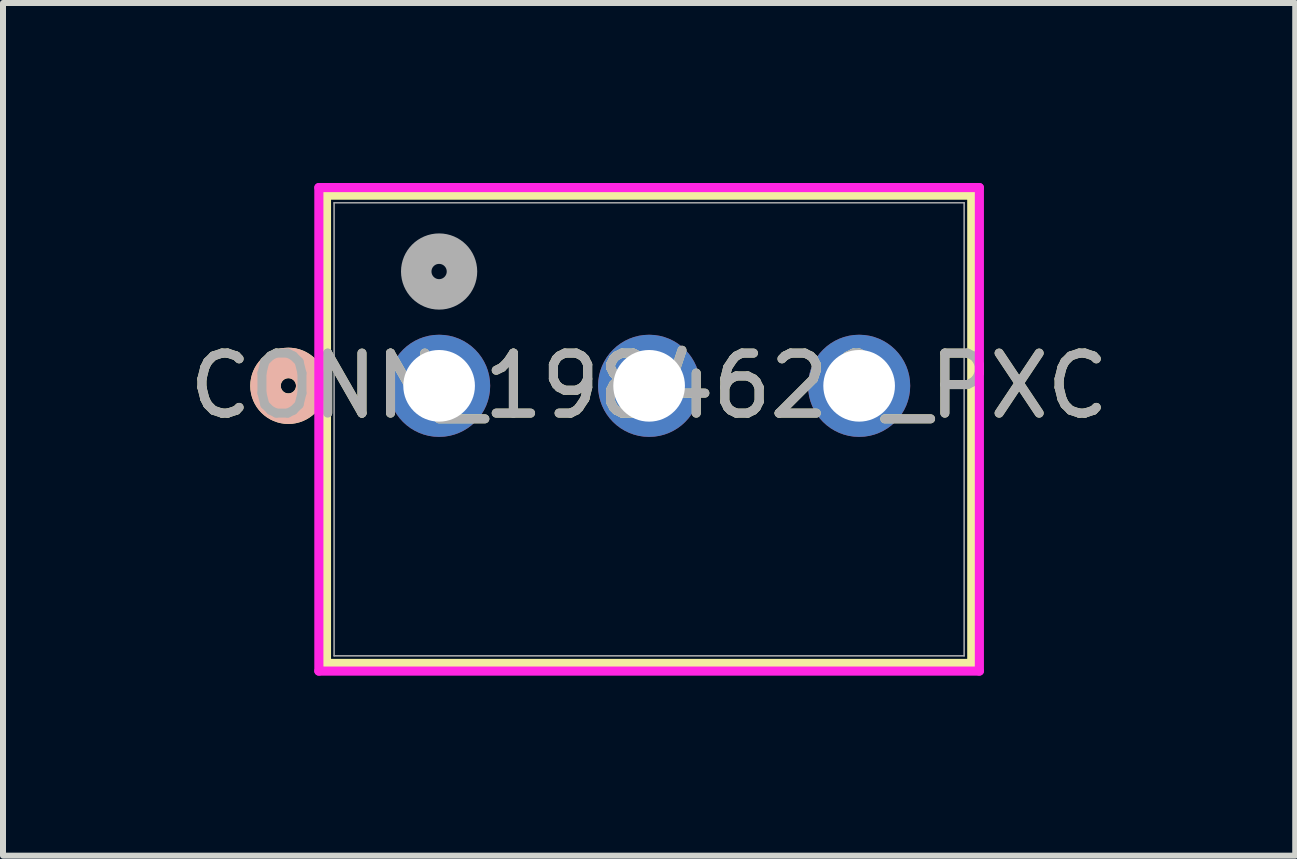
<source format=kicad_pcb>
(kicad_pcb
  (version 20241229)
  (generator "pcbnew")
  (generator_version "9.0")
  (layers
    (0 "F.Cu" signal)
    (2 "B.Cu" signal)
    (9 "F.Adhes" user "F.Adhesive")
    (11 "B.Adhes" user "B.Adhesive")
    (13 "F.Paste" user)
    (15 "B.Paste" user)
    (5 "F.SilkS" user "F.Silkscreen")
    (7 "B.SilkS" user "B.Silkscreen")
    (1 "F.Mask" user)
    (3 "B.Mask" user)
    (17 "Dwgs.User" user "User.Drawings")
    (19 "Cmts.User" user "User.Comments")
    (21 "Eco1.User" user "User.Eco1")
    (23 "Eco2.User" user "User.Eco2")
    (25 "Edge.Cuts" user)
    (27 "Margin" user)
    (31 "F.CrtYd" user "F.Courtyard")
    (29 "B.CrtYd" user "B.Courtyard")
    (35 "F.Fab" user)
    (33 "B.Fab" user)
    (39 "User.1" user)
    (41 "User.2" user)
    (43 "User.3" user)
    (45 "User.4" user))
  (footprint "CONN_1984620_PXC"
    (layer "F.Cu")
    (at 4.268 3.38)
    (property "Reference" "CONN_1984620_PXC" (at 3.5 0 0) (unlocked yes) (layer "F.SilkS") (effects (font (size 1 1) (thickness 0.15))))
    (attr through_hole)
    (fp_line (start -1.877 -3.177) (end -1.877 4.627) (stroke (width 0.152) (type solid)) (layer "F.SilkS"))
    (fp_line (start -1.877 4.627) (end 8.877 4.627) (stroke (width 0.152) (type solid)) (layer "F.SilkS"))
    (fp_line (start 8.877 -3.177) (end -1.877 -3.177) (stroke (width 0.152) (type solid)) (layer "F.SilkS"))
    (fp_line (start 8.877 4.627) (end 8.877 -3.177) (stroke (width 0.152) (type solid)) (layer "F.SilkS"))
    (fp_circle (center -2.512 0) (end -2.131 0) (stroke (width 0.508) (type solid)) (fill no) (layer "F.SilkS"))
    (fp_circle (center -2.512 0) (end -2.131 0) (stroke (width 0.508) (type solid)) (fill no) (layer "B.SilkS"))
    (fp_line (start -2.004 -3.304) (end -2.004 4.754) (stroke (width 0.152) (type solid)) (layer "F.CrtYd"))
    (fp_line (start -2.004 4.754) (end 9.004 4.754) (stroke (width 0.152) (type solid)) (layer "F.CrtYd"))
    (fp_line (start 9.004 -3.304) (end -2.004 -3.304) (stroke (width 0.152) (type solid)) (layer "F.CrtYd"))
    (fp_line (start 9.004 4.754) (end 9.004 -3.304) (stroke (width 0.152) (type solid)) (layer "F.CrtYd"))
    (fp_line (start -1.75 -3.05) (end -1.75 4.5) (stroke (width 0.025) (type solid)) (layer "F.Fab"))
    (fp_line (start -1.75 4.5) (end 8.75 4.5) (stroke (width 0.025) (type solid)) (layer "F.Fab"))
    (fp_line (start 8.75 -3.05) (end -1.75 -3.05) (stroke (width 0.025) (type solid)) (layer "F.Fab"))
    (fp_line (start 8.75 4.5) (end 8.75 -3.05) (stroke (width 0.025) (type solid)) (layer "F.Fab"))
    (fp_circle (center 0 -1.905) (end 0.381 -1.905) (stroke (width 0.508) (type solid)) (fill no) (layer "F.Fab"))
    (fp_text user "${REFERENCE}" (at 3.5 0 0) (unlocked yes) (layer "F.Fab") (effects (font (size 1 1) (thickness 0.15))))
    (pad "1" thru_hole circle (at 0 0) (size 1.702 1.702) (drill 1.194) (layers "*.Cu" "*.Mask"))
    (pad "2" thru_hole circle (at 3.5 0) (size 1.702 1.702) (drill 1.194) (layers "*.Cu" "*.Mask"))
    (pad "3" thru_hole circle (at 7 0) (size 1.702 1.702) (drill 1.194) (layers "*.Cu" "*.Mask")))
  (gr_rect
    (start -3 -3)
    (end 18.536 11.21)
    (stroke (width 0.1) (type default))
    (fill no)
    (layer "Edge.Cuts")))
</source>
